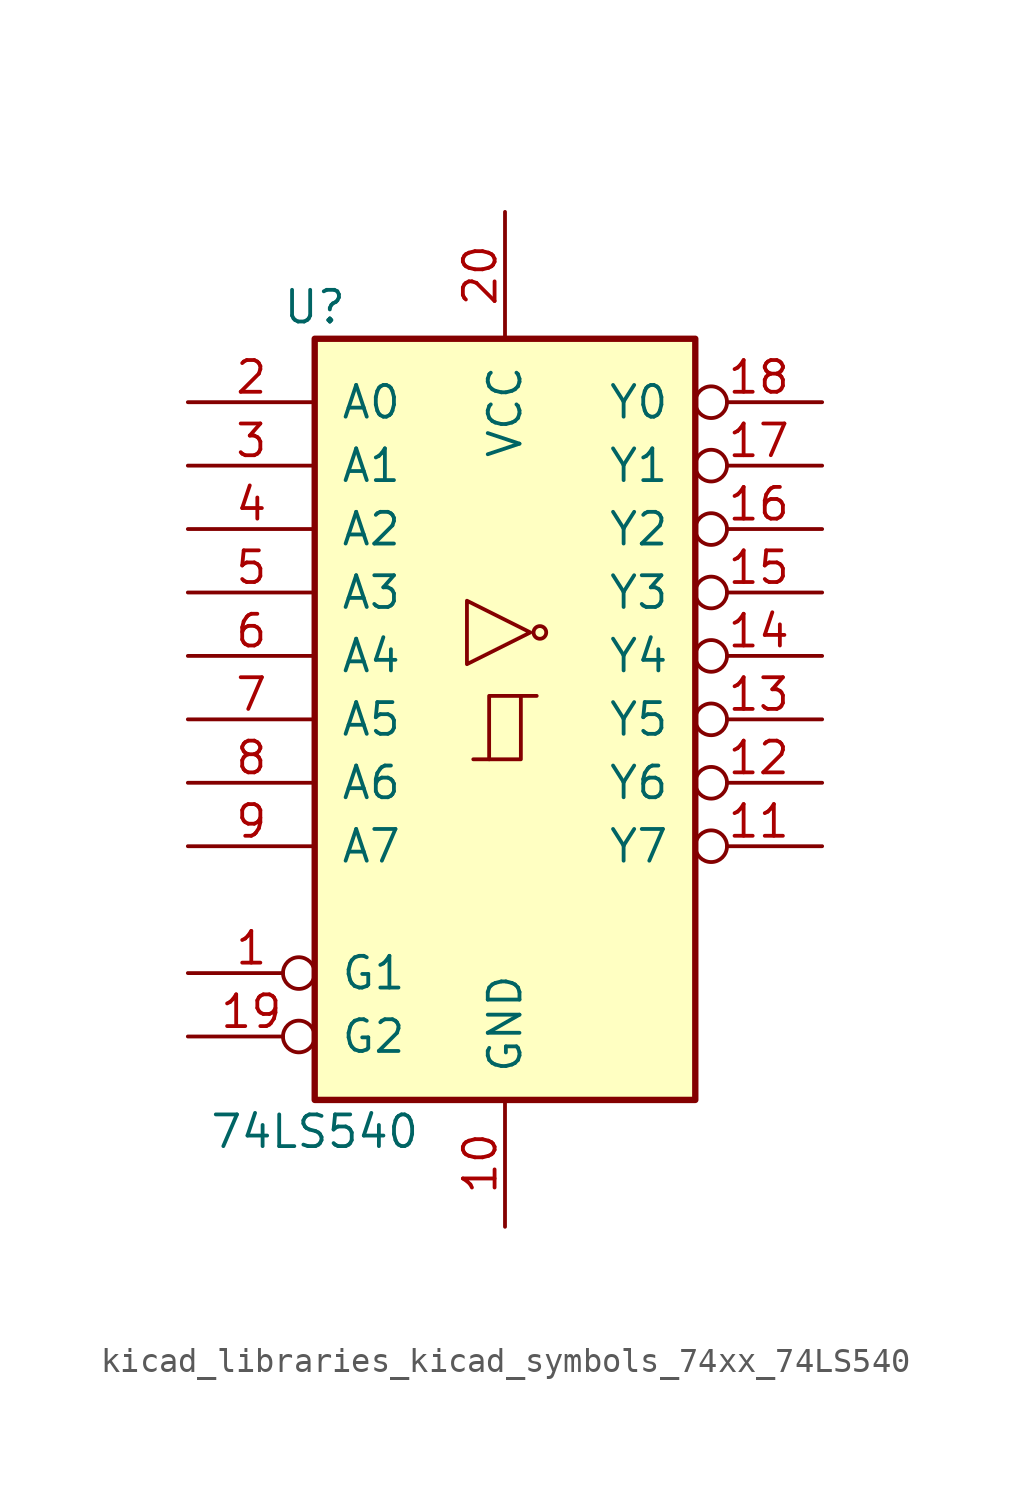
<source format=kicad_sym>
(kicad_symbol_lib
  (version 20220914)
  (generator kicad_symbol_editor)
  (symbol "kicad_libraries_kicad_symbols_74xx_74LS540"
    (pin_names
      (offset 1.016))
    (property "Reference" "U"
      (at -7.62 16.51 0)
      (effects (font (size 1.27 1.27))))
    (property "Value" "74LS540"
      (at -7.62 -16.51 0)
      (effects (font (size 1.27 1.27))))
    (property "ki_locked" ""
      (at 0 0 0)
      (effects (font (size 1.27 1.27))))
    (symbol "kicad_libraries_kicad_symbols_74xx_74LS540_1_0"
      (polyline (pts (xy -0.635 -1.6) (xy -0.635 0.94) (xy 0.635 0.94)) (stroke (width 0) (type default)) (fill (type none)))
      (polyline (pts (xy -1.27 -1.6) (xy 0.635 -1.6) (xy 0.635 0.94) (xy 1.27 0.94)) (stroke (width 0) (type default)) (fill (type none)))
      (polyline (pts (xy 1.016 3.48) (xy -1.524 4.75) (xy -1.524 2.21) (xy 1.016 3.48)) (stroke (width 0.152) (type default)) (fill (type none)))
      (circle (center 1.397 3.48) (radius 0.254) (stroke (width 0.152) (type default)) (fill (type none)))
      (pin input inverted (at -12.7 -10.16 0) (length 5.08) (name "G1" (effects (font (size 1.27 1.27)))) (number "1" (effects (font (size 1.27 1.27)))))
      (pin power_in line (at 0 -20.32 90) (length 5.08) (name "GND" (effects (font (size 1.27 1.27)))) (number "10" (effects (font (size 1.27 1.27)))))
      (pin tri_state inverted (at 12.7 -5.08 180) (length 5.08) (name "Y7" (effects (font (size 1.27 1.27)))) (number "11" (effects (font (size 1.27 1.27)))))
      (pin tri_state inverted (at 12.7 -2.54 180) (length 5.08) (name "Y6" (effects (font (size 1.27 1.27)))) (number "12" (effects (font (size 1.27 1.27)))))
      (pin tri_state inverted (at 12.7 0 180) (length 5.08) (name "Y5" (effects (font (size 1.27 1.27)))) (number "13" (effects (font (size 1.27 1.27)))))
      (pin tri_state inverted (at 12.7 2.54 180) (length 5.08) (name "Y4" (effects (font (size 1.27 1.27)))) (number "14" (effects (font (size 1.27 1.27)))))
      (pin tri_state inverted (at 12.7 5.08 180) (length 5.08) (name "Y3" (effects (font (size 1.27 1.27)))) (number "15" (effects (font (size 1.27 1.27)))))
      (pin tri_state inverted (at 12.7 7.62 180) (length 5.08) (name "Y2" (effects (font (size 1.27 1.27)))) (number "16" (effects (font (size 1.27 1.27)))))
      (pin tri_state inverted (at 12.7 10.16 180) (length 5.08) (name "Y1" (effects (font (size 1.27 1.27)))) (number "17" (effects (font (size 1.27 1.27)))))
      (pin tri_state inverted (at 12.7 12.7 180) (length 5.08) (name "Y0" (effects (font (size 1.27 1.27)))) (number "18" (effects (font (size 1.27 1.27)))))
      (pin input inverted (at -12.7 -12.7 0) (length 5.08) (name "G2" (effects (font (size 1.27 1.27)))) (number "19" (effects (font (size 1.27 1.27)))))
      (pin input line (at -12.7 12.7 0) (length 5.08) (name "A0" (effects (font (size 1.27 1.27)))) (number "2" (effects (font (size 1.27 1.27)))))
      (pin power_in line (at 0 20.32 270) (length 5.08) (name "VCC" (effects (font (size 1.27 1.27)))) (number "20" (effects (font (size 1.27 1.27)))))
      (pin input line (at -12.7 10.16 0) (length 5.08) (name "A1" (effects (font (size 1.27 1.27)))) (number "3" (effects (font (size 1.27 1.27)))))
      (pin input line (at -12.7 7.62 0) (length 5.08) (name "A2" (effects (font (size 1.27 1.27)))) (number "4" (effects (font (size 1.27 1.27)))))
      (pin input line (at -12.7 5.08 0) (length 5.08) (name "A3" (effects (font (size 1.27 1.27)))) (number "5" (effects (font (size 1.27 1.27)))))
      (pin input line (at -12.7 2.54 0) (length 5.08) (name "A4" (effects (font (size 1.27 1.27)))) (number "6" (effects (font (size 1.27 1.27)))))
      (pin input line (at -12.7 0 0) (length 5.08) (name "A5" (effects (font (size 1.27 1.27)))) (number "7" (effects (font (size 1.27 1.27)))))
      (pin input line (at -12.7 -2.54 0) (length 5.08) (name "A6" (effects (font (size 1.27 1.27)))) (number "8" (effects (font (size 1.27 1.27)))))
      (pin input line (at -12.7 -5.08 0) (length 5.08) (name "A7" (effects (font (size 1.27 1.27)))) (number "9" (effects (font (size 1.27 1.27))))))
    (symbol "kicad_libraries_kicad_symbols_74xx_74LS540_1_1"
      (rectangle (start -7.62 15.24) (end 7.62 -15.24) (stroke (width 0.254) (type default)) (fill (type background))))))
</source>
